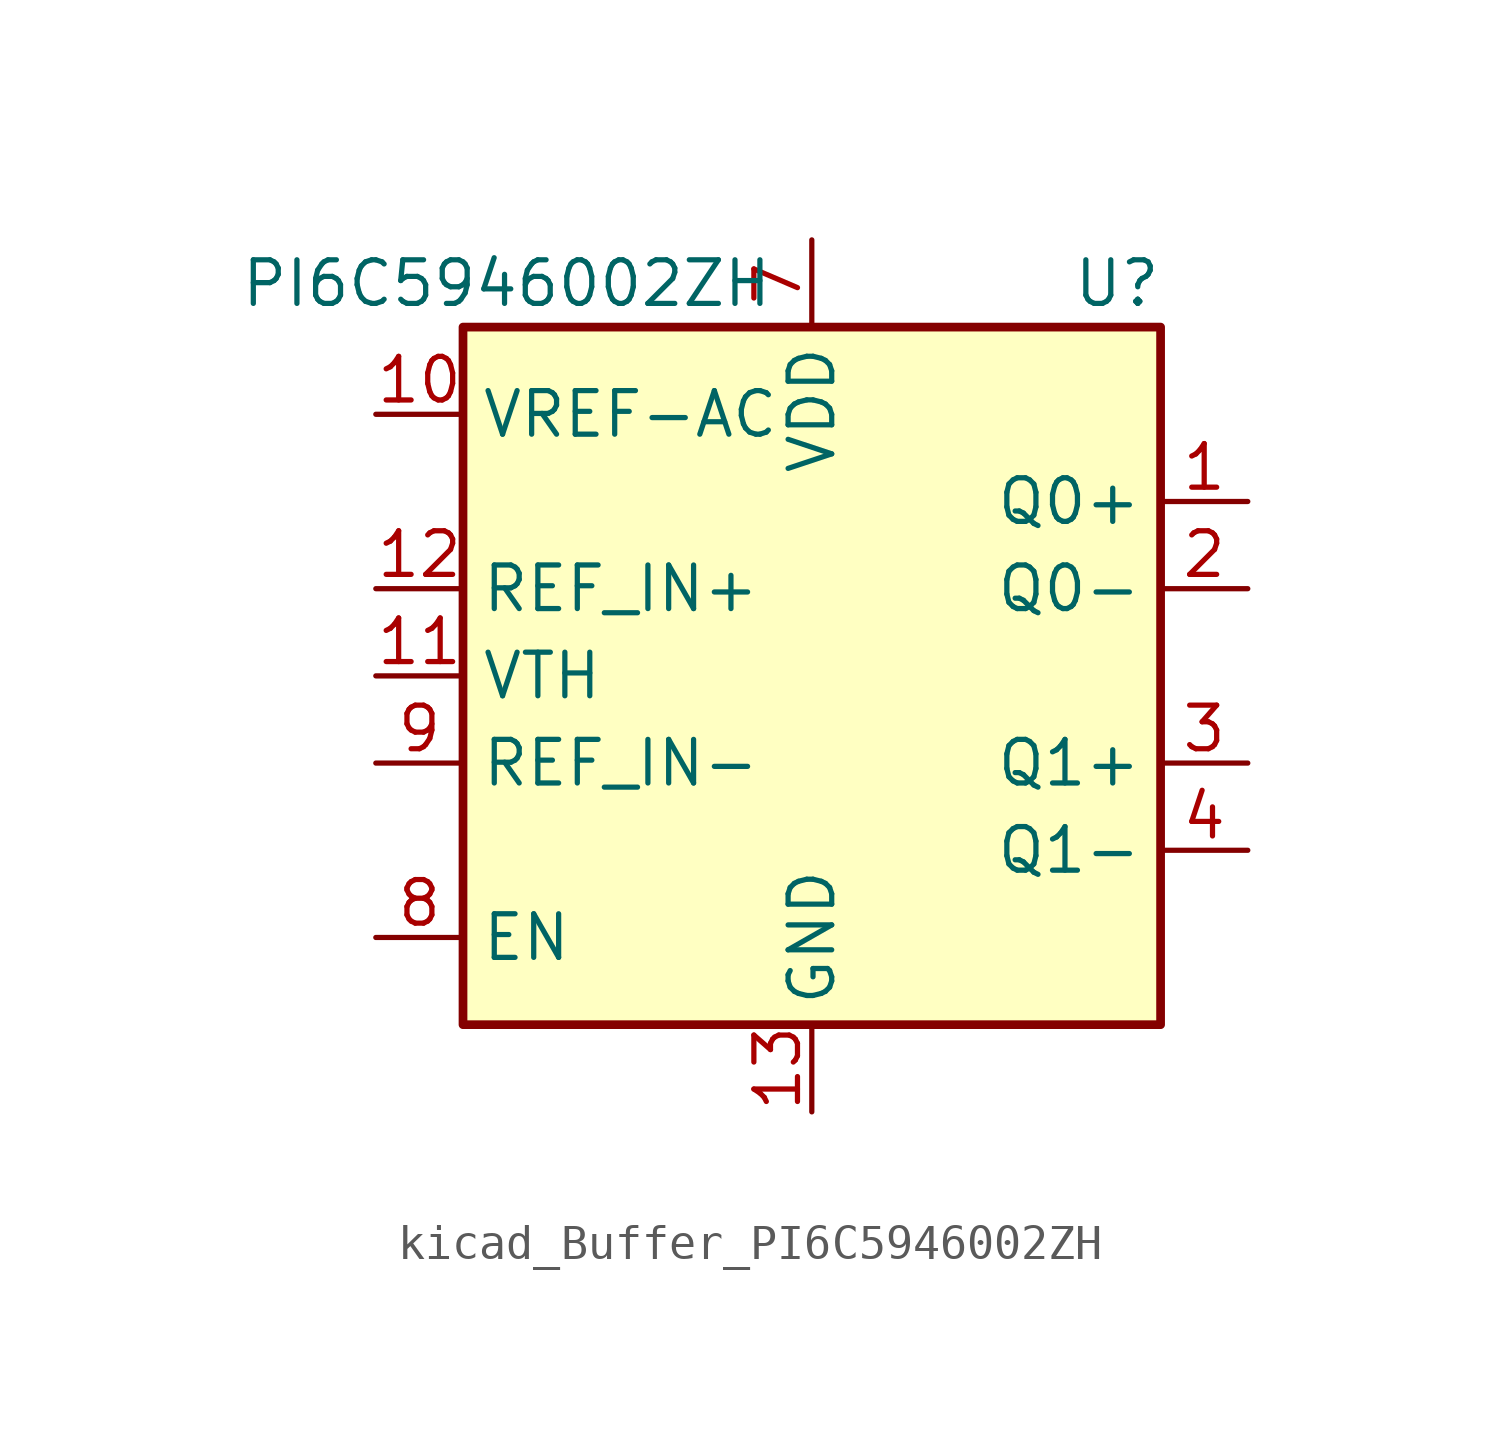
<source format=kicad_sym>
(kicad_symbol_lib
  (version 20220914)
  (generator kicad_symbol_editor)
  (symbol "kicad_Buffer_PI6C5946002ZH"
    (property "Reference" "U"
      (at 8.89 11.43 0)
      (effects (font (size 1.27 1.27))))
    (property "Value" "PI6C5946002ZH"
      (at -8.89 11.43 0)
      (effects (font (size 1.27 1.27))))
    (symbol "kicad_Buffer_PI6C5946002ZH_0_1"
      (rectangle (start -10.16 10.16) (end 10.16 -10.16) (stroke (width 0.254) (type default)) (fill (type background))))
    (symbol "kicad_Buffer_PI6C5946002ZH_1_1"
      (pin output line (at 12.7 5.08 180) (length 2.54) (name "Q0+" (effects (font (size 1.27 1.27)))) (number "1" (effects (font (size 1.27 1.27)))))
      (pin output line (at -12.7 7.62 0) (length 2.54) (name "VREF-AC" (effects (font (size 1.27 1.27)))) (number "10" (effects (font (size 1.27 1.27)))))
      (pin input line (at -12.7 0 0) (length 2.54) (name "VTH" (effects (font (size 1.27 1.27)))) (number "11" (effects (font (size 1.27 1.27)))))
      (pin input line (at -12.7 2.54 0) (length 2.54) (name "REF_IN+" (effects (font (size 1.27 1.27)))) (number "12" (effects (font (size 1.27 1.27)))))
      (pin power_in line (at 0 -12.7 90) (length 2.54) (name "GND" (effects (font (size 1.27 1.27)))) (number "13" (effects (font (size 1.27 1.27)))))
      (pin passive line (at 0 12.7 270) (length 2.54) hide (name "VDD" (effects (font (size 1.27 1.27)))) (number "14" (effects (font (size 1.27 1.27)))))
      (pin no_connect line (at 10.16 -7.62 180) (length 2.54) hide (name "DNC" (effects (font (size 1.27 1.27)))) (number "15" (effects (font (size 1.27 1.27)))))
      (pin no_connect line (at 10.16 7.62 180) (length 2.54) hide (name "DNC" (effects (font (size 1.27 1.27)))) (number "16" (effects (font (size 1.27 1.27)))))
      (pin passive line (at 0 -12.7 90) (length 2.54) hide (name "GND" (effects (font (size 1.27 1.27)))) (number "17" (effects (font (size 1.27 1.27)))))
      (pin output line (at 12.7 2.54 180) (length 2.54) (name "Q0-" (effects (font (size 1.27 1.27)))) (number "2" (effects (font (size 1.27 1.27)))))
      (pin output line (at 12.7 -2.54 180) (length 2.54) (name "Q1+" (effects (font (size 1.27 1.27)))) (number "3" (effects (font (size 1.27 1.27)))))
      (pin output line (at 12.7 -5.08 180) (length 2.54) (name "Q1-" (effects (font (size 1.27 1.27)))) (number "4" (effects (font (size 1.27 1.27)))))
      (pin no_connect line (at -10.16 5.08 0) (length 2.54) hide (name "DNC" (effects (font (size 1.27 1.27)))) (number "5" (effects (font (size 1.27 1.27)))))
      (pin no_connect line (at -10.16 -5.08 0) (length 2.54) hide (name "DNC" (effects (font (size 1.27 1.27)))) (number "6" (effects (font (size 1.27 1.27)))))
      (pin power_in line (at 0 12.7 270) (length 2.54) (name "VDD" (effects (font (size 1.27 1.27)))) (number "7" (effects (font (size 1.27 1.27)))))
      (pin input line (at -12.7 -7.62 0) (length 2.54) (name "EN" (effects (font (size 1.27 1.27)))) (number "8" (effects (font (size 1.27 1.27)))))
      (pin input line (at -12.7 -2.54 0) (length 2.54) (name "REF_IN-" (effects (font (size 1.27 1.27)))) (number "9" (effects (font (size 1.27 1.27))))))))
</source>
